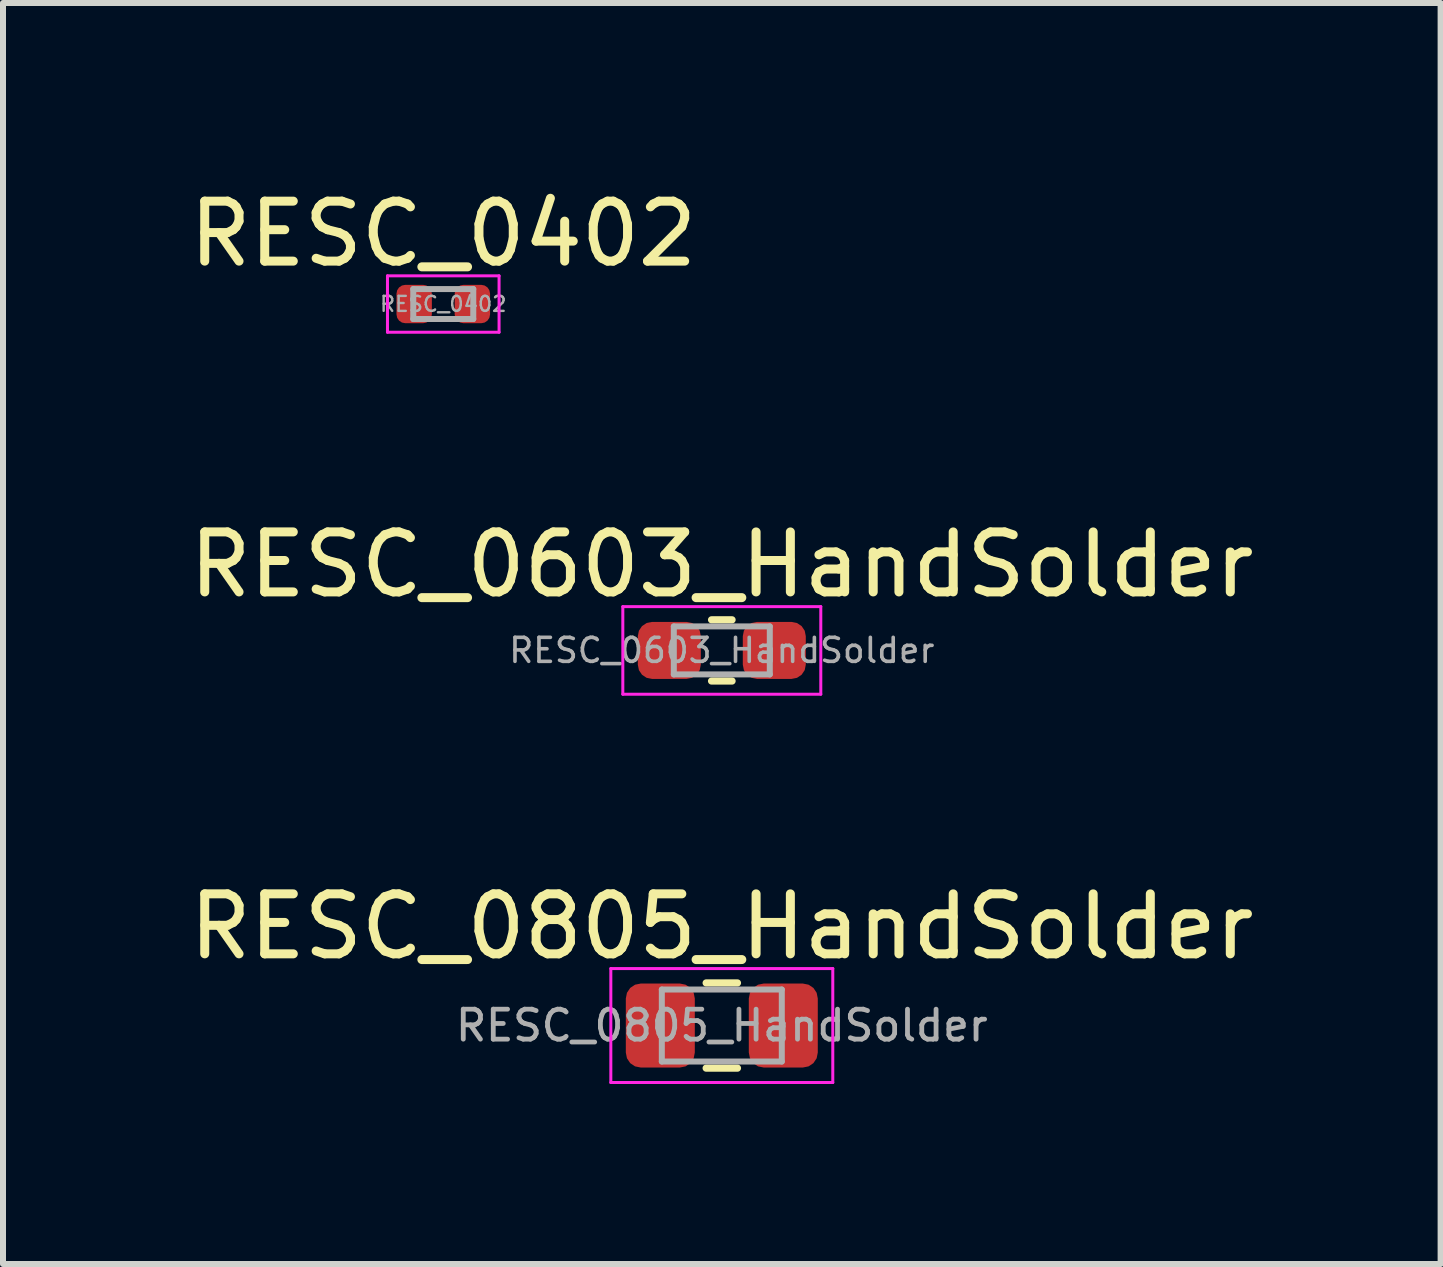
<source format=kicad_pcb>
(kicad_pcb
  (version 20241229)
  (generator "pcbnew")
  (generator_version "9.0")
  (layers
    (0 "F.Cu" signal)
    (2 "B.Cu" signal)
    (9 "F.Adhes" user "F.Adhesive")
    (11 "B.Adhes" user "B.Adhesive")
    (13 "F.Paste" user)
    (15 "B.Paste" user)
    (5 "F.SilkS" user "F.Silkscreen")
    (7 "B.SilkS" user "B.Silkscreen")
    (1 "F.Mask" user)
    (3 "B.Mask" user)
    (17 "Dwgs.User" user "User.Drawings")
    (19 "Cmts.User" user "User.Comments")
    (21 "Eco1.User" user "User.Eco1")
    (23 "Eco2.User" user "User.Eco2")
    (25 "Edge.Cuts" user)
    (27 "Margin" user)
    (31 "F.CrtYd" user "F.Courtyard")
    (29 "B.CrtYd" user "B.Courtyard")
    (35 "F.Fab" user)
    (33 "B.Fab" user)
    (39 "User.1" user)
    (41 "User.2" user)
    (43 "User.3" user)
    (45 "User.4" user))
  (footprint "RESC_0402"
    (layer "F.Cu")
    (at 4.339 2.018)
    (property "Reference" "RESC_0402" (at 0 -1.17 0) (layer "F.SilkS") (effects (font (size 1 1) (thickness 0.15))))
    (attr smd)
    (fp_line (start -0.93 -0.47) (end 0.93 -0.47) (stroke (width 0.05) (type solid)) (layer "F.CrtYd"))
    (fp_line (start -0.93 0.47) (end -0.93 -0.47) (stroke (width 0.05) (type solid)) (layer "F.CrtYd"))
    (fp_line (start 0.93 -0.47) (end 0.93 0.47) (stroke (width 0.05) (type solid)) (layer "F.CrtYd"))
    (fp_line (start 0.93 0.47) (end -0.93 0.47) (stroke (width 0.05) (type solid)) (layer "F.CrtYd"))
    (fp_line (start -0.5 -0.25) (end 0.5 -0.25) (stroke (width 0.1) (type solid)) (layer "F.Fab"))
    (fp_line (start -0.5 0.25) (end -0.5 -0.25) (stroke (width 0.1) (type solid)) (layer "F.Fab"))
    (fp_line (start 0.5 -0.25) (end 0.5 0.25) (stroke (width 0.1) (type solid)) (layer "F.Fab"))
    (fp_line (start 0.5 0.25) (end -0.5 0.25) (stroke (width 0.1) (type solid)) (layer "F.Fab"))
    (fp_text user "${REFERENCE}" (at 0 0 0) (layer "F.Fab") (effects (font (size 0.25 0.25) (thickness 0.04))))
    (pad "1" smd roundrect (at -0.485 0) (size 0.59 0.64) (layers "F.Cu" "F.Mask" "F.Paste") (roundrect_rratio 0.25))
    (pad "2" smd roundrect (at 0.485 0) (size 0.59 0.64) (layers "F.Cu" "F.Mask" "F.Paste") (roundrect_rratio 0.25)))
  (footprint "RESC_0603_HandSolder"
    (layer "F.Cu")
    (at 8.982 7.792)
    (property "Reference" "RESC_0603_HandSolder" (at 0 -1.43 0) (layer "F.SilkS") (effects (font (size 1 1) (thickness 0.15))))
    (attr smd)
    (fp_line (start -0.171 -0.51) (end 0.171 -0.51) (stroke (width 0.12) (type solid)) (layer "F.SilkS"))
    (fp_line (start -0.171 0.51) (end 0.171 0.51) (stroke (width 0.12) (type solid)) (layer "F.SilkS"))
    (fp_line (start -1.65 -0.73) (end 1.65 -0.73) (stroke (width 0.05) (type solid)) (layer "F.CrtYd"))
    (fp_line (start -1.65 0.73) (end -1.65 -0.73) (stroke (width 0.05) (type solid)) (layer "F.CrtYd"))
    (fp_line (start 1.65 -0.73) (end 1.65 0.73) (stroke (width 0.05) (type solid)) (layer "F.CrtYd"))
    (fp_line (start 1.65 0.73) (end -1.65 0.73) (stroke (width 0.05) (type solid)) (layer "F.CrtYd"))
    (fp_line (start -0.8 -0.4) (end 0.8 -0.4) (stroke (width 0.1) (type solid)) (layer "F.Fab"))
    (fp_line (start -0.8 0.4) (end -0.8 -0.4) (stroke (width 0.1) (type solid)) (layer "F.Fab"))
    (fp_line (start 0.8 -0.4) (end 0.8 0.4) (stroke (width 0.1) (type solid)) (layer "F.Fab"))
    (fp_line (start 0.8 0.4) (end -0.8 0.4) (stroke (width 0.1) (type solid)) (layer "F.Fab"))
    (fp_text user "${REFERENCE}" (at 0 0 0) (layer "F.Fab") (effects (font (size 0.4 0.4) (thickness 0.06))))
    (pad "1" smd roundrect (at -0.875 0) (size 1.05 0.95) (layers "F.Cu" "F.Mask" "F.Paste") (roundrect_rratio 0.25))
    (pad "2" smd roundrect (at 0.875 0) (size 1.05 0.95) (layers "F.Cu" "F.Mask" "F.Paste") (roundrect_rratio 0.25)))
  (footprint "RESC_0805_HandSolder"
    (layer "F.Cu")
    (at 8.982 14.045)
    (property "Reference" "RESC_0805_HandSolder" (at 0 -1.65 0) (layer "F.SilkS") (effects (font (size 1 1) (thickness 0.15))))
    (attr smd)
    (fp_line (start -0.261 -0.71) (end 0.261 -0.71) (stroke (width 0.12) (type solid)) (layer "F.SilkS"))
    (fp_line (start -0.261 0.71) (end 0.261 0.71) (stroke (width 0.12) (type solid)) (layer "F.SilkS"))
    (fp_line (start -1.85 -0.95) (end 1.85 -0.95) (stroke (width 0.05) (type solid)) (layer "F.CrtYd"))
    (fp_line (start -1.85 0.95) (end -1.85 -0.95) (stroke (width 0.05) (type solid)) (layer "F.CrtYd"))
    (fp_line (start 1.85 -0.95) (end 1.85 0.95) (stroke (width 0.05) (type solid)) (layer "F.CrtYd"))
    (fp_line (start 1.85 0.95) (end -1.85 0.95) (stroke (width 0.05) (type solid)) (layer "F.CrtYd"))
    (fp_line (start -1 -0.6) (end 1 -0.6) (stroke (width 0.1) (type solid)) (layer "F.Fab"))
    (fp_line (start -1 0.6) (end -1 -0.6) (stroke (width 0.1) (type solid)) (layer "F.Fab"))
    (fp_line (start 1 -0.6) (end 1 0.6) (stroke (width 0.1) (type solid)) (layer "F.Fab"))
    (fp_line (start 1 0.6) (end -1 0.6) (stroke (width 0.1) (type solid)) (layer "F.Fab"))
    (fp_text user "${REFERENCE}" (at 0 0 0) (layer "F.Fab") (effects (font (size 0.5 0.5) (thickness 0.08))))
    (pad "1" smd roundrect (at -1.025 0) (size 1.15 1.4) (layers "F.Cu" "F.Mask" "F.Paste") (roundrect_rratio 0.217))
    (pad "2" smd roundrect (at 1.025 0) (size 1.15 1.4) (layers "F.Cu" "F.Mask" "F.Paste") (roundrect_rratio 0.217)))
  (gr_rect
    (start -3 -3)
    (end 20.964 18.02)
    (stroke (width 0.1) (type default))
    (fill no)
    (layer "Edge.Cuts")))
</source>
